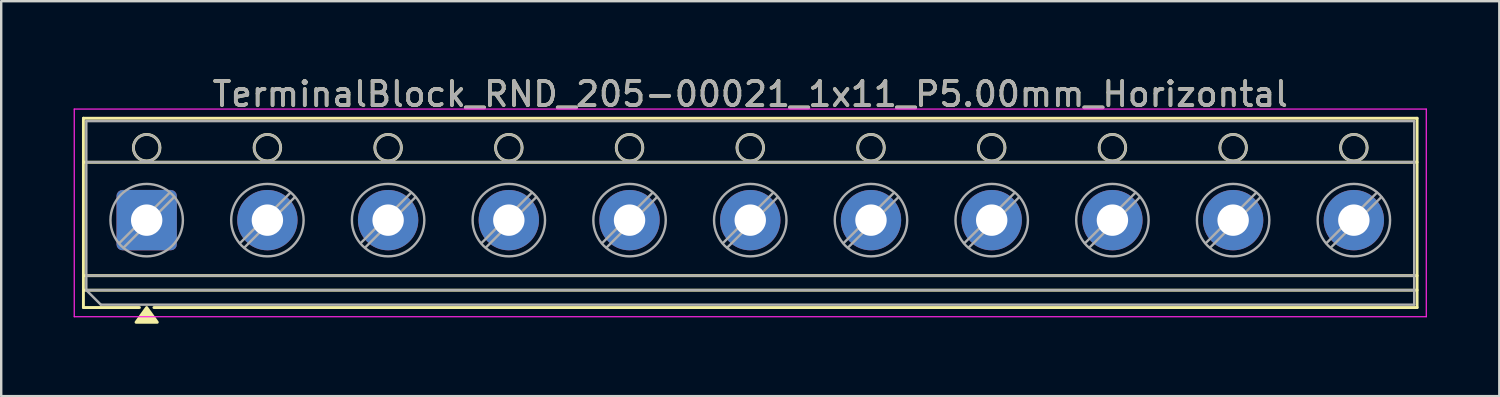
<source format=kicad_pcb>
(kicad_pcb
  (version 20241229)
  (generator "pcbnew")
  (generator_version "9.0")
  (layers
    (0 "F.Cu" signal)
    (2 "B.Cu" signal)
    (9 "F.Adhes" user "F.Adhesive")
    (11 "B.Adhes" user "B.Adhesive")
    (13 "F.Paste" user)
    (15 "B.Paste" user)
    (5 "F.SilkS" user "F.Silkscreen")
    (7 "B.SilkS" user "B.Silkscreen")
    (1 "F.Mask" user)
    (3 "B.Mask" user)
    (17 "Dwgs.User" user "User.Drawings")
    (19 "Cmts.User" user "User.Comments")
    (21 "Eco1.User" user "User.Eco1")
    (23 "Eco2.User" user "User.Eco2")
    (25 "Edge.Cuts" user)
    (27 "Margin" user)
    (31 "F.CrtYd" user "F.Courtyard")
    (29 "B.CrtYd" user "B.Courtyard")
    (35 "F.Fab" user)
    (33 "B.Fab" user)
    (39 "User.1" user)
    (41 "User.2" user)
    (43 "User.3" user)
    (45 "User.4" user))
  (footprint "TerminalBlock_RND_205-00021_1x11_P5.00mm_Horizontal"
    (layer "F.Cu")
    (at 3.025 6.068)
    (property "Reference" "TerminalBlock_RND_205-00021_1x11_P5.00mm_Horizontal" (at 25 -5.22 0) (layer "F.SilkS") (effects (font (size 1 1) (thickness 0.15))))
    (attr through_hole)
    (fp_line (start -2.62 -4.22) (end 52.62 -4.22) (stroke (width 0.12) (type solid)) (layer "F.SilkS"))
    (fp_line (start -2.62 -2.4) (end 52.62 -2.4) (stroke (width 0.12) (type solid)) (layer "F.SilkS"))
    (fp_line (start -2.62 2.3) (end 52.62 2.3) (stroke (width 0.12) (type solid)) (layer "F.SilkS"))
    (fp_line (start -2.62 2.9) (end 52.62 2.9) (stroke (width 0.12) (type solid)) (layer "F.SilkS"))
    (fp_line (start -2.62 3.62) (end -2.62 -4.22) (stroke (width 0.12) (type solid)) (layer "F.SilkS"))
    (fp_line (start -0.3 3.62) (end -2.62 3.62) (stroke (width 0.12) (type solid)) (layer "F.SilkS"))
    (fp_line (start 52.62 -4.22) (end 52.62 3.62) (stroke (width 0.12) (type solid)) (layer "F.SilkS"))
    (fp_line (start 52.62 3.62) (end 0.3 3.62) (stroke (width 0.12) (type solid)) (layer "F.SilkS"))
    (fp_circle (center 0 -3) (end 0.55 -3) (stroke (width 0.12) (type solid)) (fill no) (layer "F.SilkS"))
    (fp_circle (center 5 -3) (end 5.55 -3) (stroke (width 0.12) (type solid)) (fill no) (layer "F.SilkS"))
    (fp_circle (center 10 -3) (end 10.55 -3) (stroke (width 0.12) (type solid)) (fill no) (layer "F.SilkS"))
    (fp_circle (center 15 -3) (end 15.55 -3) (stroke (width 0.12) (type solid)) (fill no) (layer "F.SilkS"))
    (fp_circle (center 20 -3) (end 20.55 -3) (stroke (width 0.12) (type solid)) (fill no) (layer "F.SilkS"))
    (fp_circle (center 25 -3) (end 25.55 -3) (stroke (width 0.12) (type solid)) (fill no) (layer "F.SilkS"))
    (fp_circle (center 30 -3) (end 30.55 -3) (stroke (width 0.12) (type solid)) (fill no) (layer "F.SilkS"))
    (fp_circle (center 35 -3) (end 35.55 -3) (stroke (width 0.12) (type solid)) (fill no) (layer "F.SilkS"))
    (fp_circle (center 40 -3) (end 40.55 -3) (stroke (width 0.12) (type solid)) (fill no) (layer "F.SilkS"))
    (fp_circle (center 45 -3) (end 45.55 -3) (stroke (width 0.12) (type solid)) (fill no) (layer "F.SilkS"))
    (fp_circle (center 50 -3) (end 50.55 -3) (stroke (width 0.12) (type solid)) (fill no) (layer "F.SilkS"))
    (fp_poly (pts (xy 0 3.62) (xy 0.44 4.23) (xy -0.44 4.23)) (stroke (width 0.12) (type solid)) (fill yes) (layer "F.SilkS"))
    (fp_line (start -3 -4.6) (end -3 4) (stroke (width 0.05) (type solid)) (layer "F.CrtYd"))
    (fp_line (start -3 4) (end 53 4) (stroke (width 0.05) (type solid)) (layer "F.CrtYd"))
    (fp_line (start 53 -4.6) (end -3 -4.6) (stroke (width 0.05) (type solid)) (layer "F.CrtYd"))
    (fp_line (start 53 4) (end 53 -4.6) (stroke (width 0.05) (type solid)) (layer "F.CrtYd"))
    (fp_line (start -2.5 -4.1) (end 52.5 -4.1) (stroke (width 0.1) (type solid)) (layer "F.Fab"))
    (fp_line (start -2.5 -2.4) (end 52.5 -2.4) (stroke (width 0.1) (type solid)) (layer "F.Fab"))
    (fp_line (start -2.5 2.3) (end 52.5 2.3) (stroke (width 0.1) (type solid)) (layer "F.Fab"))
    (fp_line (start -2.5 2.9) (end -2.5 -4.1) (stroke (width 0.1) (type solid)) (layer "F.Fab"))
    (fp_line (start -2.5 2.9) (end 52.5 2.9) (stroke (width 0.1) (type solid)) (layer "F.Fab"))
    (fp_line (start -1.9 3.5) (end -2.5 2.9) (stroke (width 0.1) (type solid)) (layer "F.Fab"))
    (fp_line (start 0.955 -1.138) (end -1.138 0.955) (stroke (width 0.1) (type solid)) (layer "F.Fab"))
    (fp_line (start 1.138 -0.955) (end -0.955 1.138) (stroke (width 0.1) (type solid)) (layer "F.Fab"))
    (fp_line (start 5.955 -1.138) (end 3.862 0.955) (stroke (width 0.1) (type solid)) (layer "F.Fab"))
    (fp_line (start 6.138 -0.955) (end 4.045 1.138) (stroke (width 0.1) (type solid)) (layer "F.Fab"))
    (fp_line (start 10.955 -1.138) (end 8.862 0.955) (stroke (width 0.1) (type solid)) (layer "F.Fab"))
    (fp_line (start 11.138 -0.955) (end 9.045 1.138) (stroke (width 0.1) (type solid)) (layer "F.Fab"))
    (fp_line (start 15.955 -1.138) (end 13.862 0.955) (stroke (width 0.1) (type solid)) (layer "F.Fab"))
    (fp_line (start 16.138 -0.955) (end 14.045 1.138) (stroke (width 0.1) (type solid)) (layer "F.Fab"))
    (fp_line (start 20.955 -1.138) (end 18.862 0.955) (stroke (width 0.1) (type solid)) (layer "F.Fab"))
    (fp_line (start 21.138 -0.955) (end 19.045 1.138) (stroke (width 0.1) (type solid)) (layer "F.Fab"))
    (fp_line (start 25.955 -1.138) (end 23.862 0.955) (stroke (width 0.1) (type solid)) (layer "F.Fab"))
    (fp_line (start 26.138 -0.955) (end 24.045 1.138) (stroke (width 0.1) (type solid)) (layer "F.Fab"))
    (fp_line (start 30.955 -1.138) (end 28.862 0.955) (stroke (width 0.1) (type solid)) (layer "F.Fab"))
    (fp_line (start 31.138 -0.955) (end 29.045 1.138) (stroke (width 0.1) (type solid)) (layer "F.Fab"))
    (fp_line (start 35.955 -1.138) (end 33.862 0.955) (stroke (width 0.1) (type solid)) (layer "F.Fab"))
    (fp_line (start 36.138 -0.955) (end 34.045 1.138) (stroke (width 0.1) (type solid)) (layer "F.Fab"))
    (fp_line (start 40.955 -1.138) (end 38.862 0.955) (stroke (width 0.1) (type solid)) (layer "F.Fab"))
    (fp_line (start 41.138 -0.955) (end 39.045 1.138) (stroke (width 0.1) (type solid)) (layer "F.Fab"))
    (fp_line (start 45.955 -1.138) (end 43.862 0.955) (stroke (width 0.1) (type solid)) (layer "F.Fab"))
    (fp_line (start 46.138 -0.955) (end 44.045 1.138) (stroke (width 0.1) (type solid)) (layer "F.Fab"))
    (fp_line (start 50.955 -1.138) (end 48.862 0.955) (stroke (width 0.1) (type solid)) (layer "F.Fab"))
    (fp_line (start 51.138 -0.955) (end 49.045 1.138) (stroke (width 0.1) (type solid)) (layer "F.Fab"))
    (fp_line (start 52.5 -4.1) (end 52.5 3.5) (stroke (width 0.1) (type solid)) (layer "F.Fab"))
    (fp_line (start 52.5 3.5) (end -1.9 3.5) (stroke (width 0.1) (type solid)) (layer "F.Fab"))
    (fp_circle (center 0 -3) (end 0.55 -3) (stroke (width 0.1) (type solid)) (fill no) (layer "F.Fab"))
    (fp_circle (center 0 0) (end 1.5 0) (stroke (width 0.1) (type solid)) (fill no) (layer "F.Fab"))
    (fp_circle (center 5 -3) (end 5.55 -3) (stroke (width 0.1) (type solid)) (fill no) (layer "F.Fab"))
    (fp_circle (center 5 0) (end 6.5 0) (stroke (width 0.1) (type solid)) (fill no) (layer "F.Fab"))
    (fp_circle (center 10 -3) (end 10.55 -3) (stroke (width 0.1) (type solid)) (fill no) (layer "F.Fab"))
    (fp_circle (center 10 0) (end 11.5 0) (stroke (width 0.1) (type solid)) (fill no) (layer "F.Fab"))
    (fp_circle (center 15 -3) (end 15.55 -3) (stroke (width 0.1) (type solid)) (fill no) (layer "F.Fab"))
    (fp_circle (center 15 0) (end 16.5 0) (stroke (width 0.1) (type solid)) (fill no) (layer "F.Fab"))
    (fp_circle (center 20 -3) (end 20.55 -3) (stroke (width 0.1) (type solid)) (fill no) (layer "F.Fab"))
    (fp_circle (center 20 0) (end 21.5 0) (stroke (width 0.1) (type solid)) (fill no) (layer "F.Fab"))
    (fp_circle (center 25 -3) (end 25.55 -3) (stroke (width 0.1) (type solid)) (fill no) (layer "F.Fab"))
    (fp_circle (center 25 0) (end 26.5 0) (stroke (width 0.1) (type solid)) (fill no) (layer "F.Fab"))
    (fp_circle (center 30 -3) (end 30.55 -3) (stroke (width 0.1) (type solid)) (fill no) (layer "F.Fab"))
    (fp_circle (center 30 0) (end 31.5 0) (stroke (width 0.1) (type solid)) (fill no) (layer "F.Fab"))
    (fp_circle (center 35 -3) (end 35.55 -3) (stroke (width 0.1) (type solid)) (fill no) (layer "F.Fab"))
    (fp_circle (center 35 0) (end 36.5 0) (stroke (width 0.1) (type solid)) (fill no) (layer "F.Fab"))
    (fp_circle (center 40 -3) (end 40.55 -3) (stroke (width 0.1) (type solid)) (fill no) (layer "F.Fab"))
    (fp_circle (center 40 0) (end 41.5 0) (stroke (width 0.1) (type solid)) (fill no) (layer "F.Fab"))
    (fp_circle (center 45 -3) (end 45.55 -3) (stroke (width 0.1) (type solid)) (fill no) (layer "F.Fab"))
    (fp_circle (center 45 0) (end 46.5 0) (stroke (width 0.1) (type solid)) (fill no) (layer "F.Fab"))
    (fp_circle (center 50 -3) (end 50.55 -3) (stroke (width 0.1) (type solid)) (fill no) (layer "F.Fab"))
    (fp_circle (center 50 0) (end 51.5 0) (stroke (width 0.1) (type solid)) (fill no) (layer "F.Fab"))
    (fp_text user "${REFERENCE}" (at 25 -5.22 0) (layer "F.Fab") (effects (font (size 1 1) (thickness 0.15))))
    (pad "1" thru_hole roundrect (at 0 0) (size 2.5 2.5) (drill 1.3) (layers "*.Cu" "*.Mask") (roundrect_rratio 0.1))
    (pad "2" thru_hole circle (at 5 0) (size 2.5 2.5) (drill 1.3) (layers "*.Cu" "*.Mask"))
    (pad "3" thru_hole circle (at 10 0) (size 2.5 2.5) (drill 1.3) (layers "*.Cu" "*.Mask"))
    (pad "4" thru_hole circle (at 15 0) (size 2.5 2.5) (drill 1.3) (layers "*.Cu" "*.Mask"))
    (pad "5" thru_hole circle (at 20 0) (size 2.5 2.5) (drill 1.3) (layers "*.Cu" "*.Mask"))
    (pad "6" thru_hole circle (at 25 0) (size 2.5 2.5) (drill 1.3) (layers "*.Cu" "*.Mask"))
    (pad "7" thru_hole circle (at 30 0) (size 2.5 2.5) (drill 1.3) (layers "*.Cu" "*.Mask"))
    (pad "8" thru_hole circle (at 35 0) (size 2.5 2.5) (drill 1.3) (layers "*.Cu" "*.Mask"))
    (pad "9" thru_hole circle (at 40 0) (size 2.5 2.5) (drill 1.3) (layers "*.Cu" "*.Mask"))
    (pad "10" thru_hole circle (at 45 0) (size 2.5 2.5) (drill 1.3) (layers "*.Cu" "*.Mask"))
    (pad "11" thru_hole circle (at 50 0) (size 2.5 2.5) (drill 1.3) (layers "*.Cu" "*.Mask")))
  (gr_rect
    (start -3 -3)
    (end 59.05 13.358)
    (stroke (width 0.1) (type default))
    (fill no)
    (layer "Edge.Cuts")))
</source>
